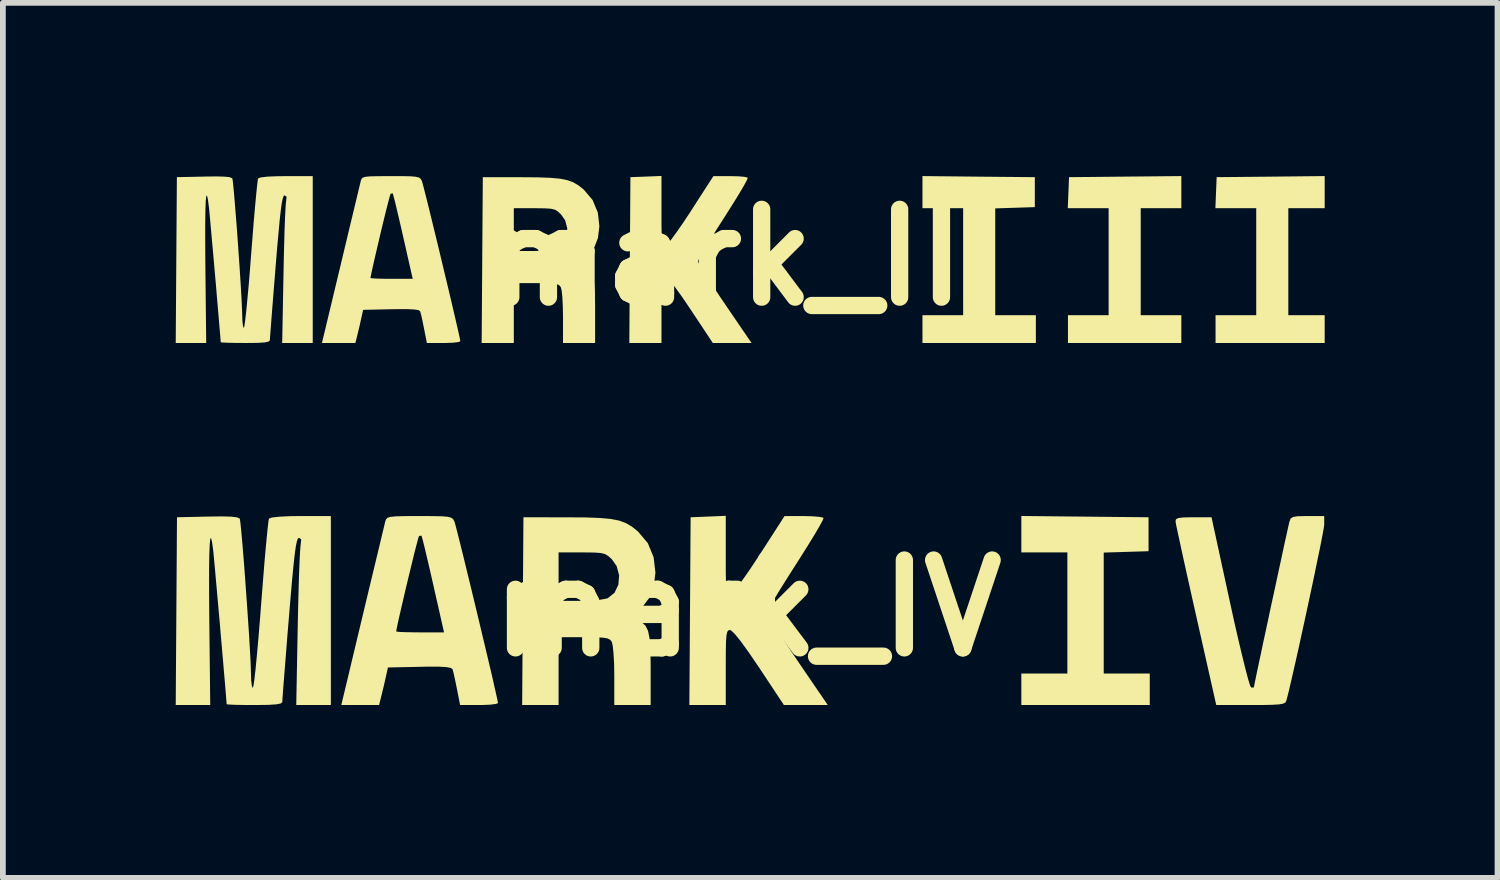
<source format=kicad_pcb>
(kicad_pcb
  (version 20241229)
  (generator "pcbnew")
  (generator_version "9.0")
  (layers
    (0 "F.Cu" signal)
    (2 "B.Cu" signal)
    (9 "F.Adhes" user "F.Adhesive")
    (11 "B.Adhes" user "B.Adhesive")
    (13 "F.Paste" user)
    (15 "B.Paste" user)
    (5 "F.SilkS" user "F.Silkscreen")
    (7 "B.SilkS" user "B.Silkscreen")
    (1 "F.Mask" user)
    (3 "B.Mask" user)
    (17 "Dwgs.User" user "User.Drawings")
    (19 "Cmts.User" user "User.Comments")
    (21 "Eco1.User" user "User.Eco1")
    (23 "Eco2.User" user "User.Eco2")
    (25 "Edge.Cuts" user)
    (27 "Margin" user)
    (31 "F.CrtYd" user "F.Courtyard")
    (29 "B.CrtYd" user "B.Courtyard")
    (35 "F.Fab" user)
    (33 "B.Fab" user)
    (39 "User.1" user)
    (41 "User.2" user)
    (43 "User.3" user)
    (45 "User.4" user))
  (footprint "mark_IV"
    (layer "F.Cu")
    (at 9.925 7.505)
    (property "Reference" "mark_IV" (at 0 0 0) (layer "F.SilkS") (effects (font (size 1.524 1.524) (thickness 0.3))))
    (attr board_only exclude_from_pos_files exclude_from_bom)
    (fp_poly (pts (xy 5.856 -1.588) (xy 6.96 -1.577) (xy 6.96 -0.988) (xy 6.182 -0.964) (xy 6.182 1.135) (xy 6.981 1.135) (xy 6.981 1.682) (xy 4.752 1.682) (xy 4.752 1.135) (xy 5.551 1.135) (xy 5.551 -0.967) (xy 4.752 -0.967) (xy 4.752 -1.599)) (stroke (width 0) (type solid)) (fill yes) (layer "F.SilkS"))
    (fp_poly (pts (xy -0.378 -0.903) (xy -0.378 -0.645) (xy -0.375 -0.459) (xy -0.369 -0.335) (xy -0.358 -0.261) (xy -0.341 -0.225) (xy -0.318 -0.217) (xy -0.308 -0.218) (xy -0.265 -0.256) (xy -0.185 -0.354) (xy -0.077 -0.502) (xy 0.051 -0.687) (xy 0.191 -0.898) (xy 0.202 -0.915) (xy 0.642 -1.598) (xy 0.97 -1.598) (xy 1.128 -1.594) (xy 1.25 -1.584) (xy 1.314 -1.569) (xy 1.319 -1.566) (xy 1.303 -1.522) (xy 1.247 -1.419) (xy 1.158 -1.267) (xy 1.041 -1.077) (xy 0.903 -0.858) (xy 0.838 -0.756) (xy 0.692 -0.527) (xy 0.562 -0.319) (xy 0.456 -0.144) (xy 0.38 -0.012) (xy 0.341 0.064) (xy 0.337 0.077) (xy 0.359 0.127) (xy 0.423 0.235) (xy 0.521 0.391) (xy 0.647 0.584) (xy 0.793 0.803) (xy 0.864 0.908) (xy 1.392 1.682) (xy 0.631 1.682) (xy 0.2 1.031) (xy 0.022 0.77) (xy -0.12 0.573) (xy -0.226 0.443) (xy -0.292 0.383) (xy -0.305 0.38) (xy -0.333 0.386) (xy -0.353 0.413) (xy -0.366 0.475) (xy -0.374 0.582) (xy -0.377 0.746) (xy -0.378 0.981) (xy -0.378 1.03) (xy -0.378 1.682) (xy -1.01 1.682) (xy -0.988 -1.577) (xy -0.683 -1.589) (xy -0.378 -1.602)) (stroke (width 0) (type solid)) (fill yes) (layer "F.SilkS"))
    (fp_poly (pts (xy -3.133 -1.576) (xy -2.815 -1.574) (xy -2.568 -1.565) (xy -2.377 -1.548) (xy -2.229 -1.519) (xy -2.11 -1.475) (xy -2.008 -1.415) (xy -1.907 -1.334) (xy -1.903 -1.331) (xy -1.731 -1.128) (xy -1.63 -0.882) (xy -1.599 -0.613) (xy -1.627 -0.382) (xy -1.705 -0.178) (xy -1.824 -0.022) (xy -1.91 0.04) (xy -1.999 0.103) (xy -2.006 0.156) (xy -1.931 0.203) (xy -1.918 0.209) (xy -1.833 0.249) (xy -1.771 0.306) (xy -1.728 0.392) (xy -1.702 0.518) (xy -1.688 0.699) (xy -1.682 0.946) (xy -1.682 1.061) (xy -1.682 1.682) (xy -2.313 1.682) (xy -2.313 1.175) (xy -2.316 0.97) (xy -2.326 0.79) (xy -2.34 0.655) (xy -2.356 0.586) (xy -2.385 0.549) (xy -2.433 0.525) (xy -2.517 0.512) (xy -2.654 0.506) (xy -2.84 0.505) (xy -3.28 0.505) (xy -3.28 1.682) (xy -3.912 1.682) (xy -3.9 -0.126) (xy -3.28 -0.126) (xy -2.904 -0.126) (xy -2.721 -0.131) (xy -2.561 -0.145) (xy -2.449 -0.165) (xy -2.425 -0.173) (xy -2.308 -0.268) (xy -2.242 -0.408) (xy -2.229 -0.57) (xy -2.272 -0.729) (xy -2.352 -0.844) (xy -2.413 -0.901) (xy -2.472 -0.937) (xy -2.55 -0.957) (xy -2.667 -0.965) (xy -2.845 -0.967) (xy -2.877 -0.967) (xy -3.28 -0.967) (xy -3.28 -0.126) (xy -3.9 -0.126) (xy -3.89 -1.577)) (stroke (width 0) (type solid)) (fill yes) (layer "F.SilkS"))
    (fp_poly (pts (xy 10.009 -1.448) (xy 10 -1.383) (xy 9.975 -1.247) (xy 9.937 -1.053) (xy 9.887 -0.812) (xy 9.83 -0.535) (xy 9.766 -0.234) (xy 9.699 0.08) (xy 9.63 0.394) (xy 9.564 0.697) (xy 9.501 0.977) (xy 9.445 1.224) (xy 9.398 1.425) (xy 9.362 1.568) (xy 9.351 1.609) (xy 9.335 1.638) (xy 9.297 1.658) (xy 9.224 1.671) (xy 9.103 1.678) (xy 8.922 1.682) (xy 8.732 1.682) (xy 8.135 1.682) (xy 7.785 0.127) (xy 7.706 -0.225) (xy 7.633 -0.552) (xy 7.568 -0.847) (xy 7.513 -1.098) (xy 7.47 -1.297) (xy 7.441 -1.434) (xy 7.429 -1.5) (xy 7.428 -1.502) (xy 7.435 -1.541) (xy 7.474 -1.563) (xy 7.562 -1.574) (xy 7.715 -1.577) (xy 7.738 -1.577) (xy 8.053 -1.577) (xy 8.372 -0.108) (xy 8.448 0.24) (xy 8.521 0.557) (xy 8.587 0.835) (xy 8.644 1.065) (xy 8.69 1.238) (xy 8.723 1.345) (xy 8.74 1.378) (xy 8.785 1.378) (xy 8.789 1.369) (xy 8.798 1.324) (xy 8.821 1.209) (xy 8.858 1.034) (xy 8.905 0.812) (xy 8.96 0.553) (xy 9.021 0.27) (xy 9.084 -0.027) (xy 9.149 -0.325) (xy 9.211 -0.614) (xy 9.269 -0.881) (xy 9.319 -1.115) (xy 9.361 -1.305) (xy 9.391 -1.44) (xy 9.406 -1.503) (xy 9.425 -1.553) (xy 9.467 -1.582) (xy 9.549 -1.595) (xy 9.694 -1.598) (xy 9.719 -1.598) (xy 10.009 -1.598)) (stroke (width 0) (type solid)) (fill yes) (layer "F.SilkS"))
    (fp_poly (pts (xy -5.468 -1.597) (xy -5.309 -1.594) (xy -5.207 -1.586) (xy -5.145 -1.57) (xy -5.112 -1.546) (xy -5.091 -1.51) (xy -5.088 -1.503) (xy -5.071 -1.446) (xy -5.038 -1.319) (xy -4.991 -1.133) (xy -4.933 -0.899) (xy -4.867 -0.628) (xy -4.795 -0.332) (xy -4.72 -0.022) (xy -4.645 0.292) (xy -4.572 0.598) (xy -4.504 0.885) (xy -4.443 1.142) (xy -4.394 1.358) (xy -4.357 1.522) (xy -4.336 1.622) (xy -4.331 1.648) (xy -4.37 1.664) (xy -4.473 1.676) (xy -4.619 1.682) (xy -4.66 1.682) (xy -4.989 1.682) (xy -5.045 1.398) (xy -5.076 1.247) (xy -5.103 1.125) (xy -5.12 1.061) (xy -5.151 1.038) (xy -5.229 1.023) (xy -5.365 1.016) (xy -5.57 1.016) (xy -5.691 1.019) (xy -6.242 1.03) (xy -6.279 1.199) (xy -6.315 1.356) (xy -6.353 1.513) (xy -6.356 1.524) (xy -6.395 1.682) (xy -7.051 1.682) (xy -6.746 0.405) (xy -6.098 0.405) (xy -6.059 0.412) (xy -5.953 0.417) (xy -5.8 0.42) (xy -5.683 0.421) (xy -5.268 0.421) (xy -5.456 -0.41) (xy -5.513 -0.662) (xy -5.566 -0.886) (xy -5.609 -1.067) (xy -5.641 -1.195) (xy -5.659 -1.255) (xy -5.66 -1.258) (xy -5.699 -1.253) (xy -5.703 -1.249) (xy -5.718 -1.205) (xy -5.747 -1.094) (xy -5.789 -0.932) (xy -5.837 -0.732) (xy -5.891 -0.512) (xy -5.945 -0.286) (xy -5.995 -0.068) (xy -6.04 0.125) (xy -6.074 0.278) (xy -6.094 0.377) (xy -6.098 0.405) (xy -6.746 0.405) (xy -6.682 0.137) (xy -6.598 -0.214) (xy -6.519 -0.542) (xy -6.448 -0.838) (xy -6.387 -1.091) (xy -6.339 -1.293) (xy -6.305 -1.432) (xy -6.289 -1.501) (xy -6.288 -1.503) (xy -6.275 -1.541) (xy -6.25 -1.567) (xy -6.199 -1.584) (xy -6.107 -1.593) (xy -5.963 -1.597) (xy -5.75 -1.598) (xy -5.696 -1.598)) (stroke (width 0) (type solid)) (fill yes) (layer "F.SilkS"))
    (fp_poly (pts (xy -7.233 1.682) (xy -7.833 1.682) (xy -7.808 0.347) (xy -7.801 0.015) (xy -7.793 -0.294) (xy -7.785 -0.57) (xy -7.776 -0.8) (xy -7.767 -0.974) (xy -7.759 -1.08) (xy -7.756 -1.104) (xy -7.747 -1.191) (xy -7.782 -1.219) (xy -7.788 -1.22) (xy -7.806 -1.205) (xy -7.823 -1.157) (xy -7.841 -1.068) (xy -7.86 -0.931) (xy -7.881 -0.739) (xy -7.906 -0.483) (xy -7.934 -0.157) (xy -7.962 0.179) (xy -7.99 0.514) (xy -8.014 0.824) (xy -8.036 1.098) (xy -8.054 1.326) (xy -8.067 1.497) (xy -8.074 1.602) (xy -8.075 1.63) (xy -8.099 1.654) (xy -8.176 1.67) (xy -8.317 1.679) (xy -8.531 1.682) (xy -8.558 1.682) (xy -8.748 1.681) (xy -8.903 1.678) (xy -9.007 1.673) (xy -9.041 1.668) (xy -9.045 1.615) (xy -9.055 1.491) (xy -9.07 1.308) (xy -9.09 1.079) (xy -9.112 0.817) (xy -9.137 0.533) (xy -9.162 0.24) (xy -9.188 -0.049) (xy -9.212 -0.321) (xy -9.234 -0.564) (xy -9.252 -0.766) (xy -9.266 -0.915) (xy -9.274 -0.997) (xy -9.274 -0.999) (xy -9.295 -1.149) (xy -9.312 -1.217) (xy -9.325 -1.203) (xy -9.335 -1.106) (xy -9.342 -0.926) (xy -9.346 -0.663) (xy -9.346 -0.317) (xy -9.343 0.113) (xy -9.342 0.231) (xy -9.326 1.682) (xy -9.925 1.682) (xy -9.903 -1.577) (xy -9.366 -1.589) (xy -9.13 -1.592) (xy -8.968 -1.588) (xy -8.867 -1.577) (xy -8.819 -1.558) (xy -8.812 -1.547) (xy -8.803 -1.485) (xy -8.789 -1.353) (xy -8.772 -1.162) (xy -8.752 -0.926) (xy -8.731 -0.657) (xy -8.71 -0.368) (xy -8.689 -0.073) (xy -8.669 0.217) (xy -8.651 0.489) (xy -8.637 0.729) (xy -8.626 0.925) (xy -8.621 1.064) (xy -8.62 1.104) (xy -8.616 1.246) (xy -8.604 1.348) (xy -8.587 1.388) (xy -8.587 1.388) (xy -8.576 1.347) (xy -8.559 1.233) (xy -8.539 1.053) (xy -8.516 0.818) (xy -8.491 0.538) (xy -8.465 0.222) (xy -8.443 -0.061) (xy -8.416 -0.403) (xy -8.391 -0.718) (xy -8.367 -0.998) (xy -8.345 -1.231) (xy -8.327 -1.408) (xy -8.314 -1.519) (xy -8.306 -1.554) (xy -8.253 -1.573) (xy -8.127 -1.587) (xy -7.94 -1.596) (xy -7.756 -1.598) (xy -7.233 -1.598)) (stroke (width 0) (type solid)) (fill yes) (layer "F.SilkS")))
  (footprint "mark_III"
    (layer "F.Cu")
    (at 9.916 1.418)
    (property "Reference" "mark_III" (at 0 0 0) (layer "F.SilkS") (effects (font (size 1.524 1.524) (thickness 0.3))))
    (attr board_only exclude_from_pos_files exclude_from_bom)
    (fp_poly (pts (xy 7.538 -0.854) (xy 6.833 -0.854) (xy 6.833 1.003) (xy 7.538 1.003) (xy 7.538 1.485) (xy 5.57 1.485) (xy 5.57 1.003) (xy 6.276 1.003) (xy 6.276 -0.854) (xy 5.567 -0.854) (xy 5.578 -1.123) (xy 5.589 -1.393) (xy 7.538 -1.412)) (stroke (width 0) (type solid)) (fill yes) (layer "F.SilkS"))
    (fp_poly (pts (xy 4.02 -1.402) (xy 4.995 -1.393) (xy 4.995 -0.873) (xy 4.651 -0.862) (xy 4.308 -0.851) (xy 4.308 1.003) (xy 5.013 1.003) (xy 5.013 1.485) (xy 3.045 1.485) (xy 3.045 1.003) (xy 3.751 1.003) (xy 3.751 -0.854) (xy 3.045 -0.854) (xy 3.045 -1.412)) (stroke (width 0) (type solid)) (fill yes) (layer "F.SilkS"))
    (fp_poly (pts (xy 10.026 -0.854) (xy 9.395 -0.854) (xy 9.395 1.003) (xy 10.026 1.003) (xy 10.026 1.485) (xy 8.132 1.485) (xy 8.132 1.003) (xy 8.838 1.003) (xy 8.838 -0.854) (xy 8.129 -0.854) (xy 8.14 -1.123) (xy 8.151 -1.393) (xy 9.089 -1.402) (xy 10.026 -1.412)) (stroke (width 0) (type solid)) (fill yes) (layer "F.SilkS"))
    (fp_poly (pts (xy -1.485 -0.797) (xy -1.485 -0.569) (xy -1.482 -0.405) (xy -1.477 -0.296) (xy -1.467 -0.23) (xy -1.452 -0.199) (xy -1.432 -0.191) (xy -1.424 -0.192) (xy -1.385 -0.226) (xy -1.314 -0.313) (xy -1.219 -0.443) (xy -1.106 -0.606) (xy -0.982 -0.793) (xy -0.973 -0.808) (xy -0.584 -1.411) (xy -0.294 -1.411) (xy -0.155 -1.408) (xy -0.048 -1.399) (xy 0.009 -1.386) (xy 0.013 -1.383) (xy -0.001 -1.344) (xy -0.05 -1.253) (xy -0.129 -1.119) (xy -0.232 -0.951) (xy -0.354 -0.758) (xy -0.411 -0.668) (xy -0.541 -0.465) (xy -0.655 -0.282) (xy -0.749 -0.127) (xy -0.816 -0.011) (xy -0.85 0.057) (xy -0.854 0.068) (xy -0.834 0.112) (xy -0.777 0.208) (xy -0.691 0.345) (xy -0.58 0.515) (xy -0.451 0.709) (xy -0.388 0.802) (xy 0.078 1.485) (xy -0.594 1.485) (xy -0.975 0.911) (xy -1.131 0.68) (xy -1.257 0.506) (xy -1.35 0.391) (xy -1.409 0.339) (xy -1.42 0.335) (xy -1.445 0.341) (xy -1.463 0.365) (xy -1.474 0.419) (xy -1.481 0.514) (xy -1.484 0.659) (xy -1.485 0.866) (xy -1.485 0.91) (xy -1.485 1.485) (xy -2.043 1.485) (xy -2.034 0.046) (xy -2.024 -1.393) (xy -1.755 -1.403) (xy -1.485 -1.414)) (stroke (width 0) (type solid)) (fill yes) (layer "F.SilkS"))
    (fp_poly (pts (xy -3.918 -1.392) (xy -3.637 -1.39) (xy -3.418 -1.382) (xy -3.25 -1.367) (xy -3.119 -1.341) (xy -3.015 -1.303) (xy -2.924 -1.249) (xy -2.835 -1.178) (xy -2.832 -1.175) (xy -2.68 -0.996) (xy -2.59 -0.779) (xy -2.563 -0.542) (xy -2.588 -0.337) (xy -2.657 -0.157) (xy -2.762 -0.019) (xy -2.838 0.035) (xy -2.917 0.091) (xy -2.923 0.137) (xy -2.856 0.18) (xy -2.845 0.184) (xy -2.77 0.22) (xy -2.715 0.27) (xy -2.677 0.346) (xy -2.654 0.458) (xy -2.641 0.617) (xy -2.637 0.835) (xy -2.637 0.937) (xy -2.637 1.485) (xy -3.194 1.485) (xy -3.194 1.037) (xy -3.197 0.856) (xy -3.205 0.697) (xy -3.217 0.578) (xy -3.232 0.517) (xy -3.257 0.485) (xy -3.299 0.464) (xy -3.374 0.452) (xy -3.494 0.447) (xy -3.659 0.446) (xy -4.048 0.446) (xy -4.048 1.485) (xy -4.606 1.485) (xy -4.595 -0.111) (xy -4.048 -0.111) (xy -3.715 -0.111) (xy -3.554 -0.116) (xy -3.413 -0.128) (xy -3.314 -0.145) (xy -3.292 -0.153) (xy -3.189 -0.236) (xy -3.131 -0.36) (xy -3.12 -0.503) (xy -3.157 -0.644) (xy -3.228 -0.746) (xy -3.282 -0.796) (xy -3.334 -0.828) (xy -3.403 -0.845) (xy -3.507 -0.852) (xy -3.664 -0.854) (xy -3.692 -0.854) (xy -4.048 -0.854) (xy -4.048 -0.111) (xy -4.595 -0.111) (xy -4.586 -1.393)) (stroke (width 0) (type solid)) (fill yes) (layer "F.SilkS"))
    (fp_poly (pts (xy -5.98 -1.411) (xy -5.84 -1.408) (xy -5.749 -1.4) (xy -5.695 -1.387) (xy -5.665 -1.365) (xy -5.647 -1.333) (xy -5.644 -1.328) (xy -5.629 -1.277) (xy -5.6 -1.165) (xy -5.558 -1) (xy -5.507 -0.794) (xy -5.449 -0.555) (xy -5.385 -0.293) (xy -5.319 -0.019) (xy -5.253 0.258) (xy -5.188 0.528) (xy -5.128 0.782) (xy -5.075 1.009) (xy -5.031 1.199) (xy -4.998 1.344) (xy -4.98 1.432) (xy -4.976 1.455) (xy -5.01 1.469) (xy -5.101 1.48) (xy -5.23 1.485) (xy -5.266 1.485) (xy -5.557 1.485) (xy -5.606 1.235) (xy -5.633 1.101) (xy -5.657 0.994) (xy -5.673 0.937) (xy -5.7 0.916) (xy -5.768 0.904) (xy -5.889 0.898) (xy -6.069 0.898) (xy -6.177 0.899) (xy -6.663 0.91) (xy -6.696 1.058) (xy -6.727 1.197) (xy -6.761 1.336) (xy -6.763 1.346) (xy -6.798 1.485) (xy -7.378 1.485) (xy -7.108 0.358) (xy -6.536 0.358) (xy -6.501 0.363) (xy -6.408 0.368) (xy -6.273 0.371) (xy -6.169 0.371) (xy -5.803 0.371) (xy -5.969 -0.362) (xy -6.02 -0.585) (xy -6.066 -0.782) (xy -6.104 -0.942) (xy -6.133 -1.055) (xy -6.148 -1.108) (xy -6.149 -1.111) (xy -6.184 -1.106) (xy -6.187 -1.103) (xy -6.2 -1.064) (xy -6.226 -0.966) (xy -6.263 -0.823) (xy -6.306 -0.647) (xy -6.353 -0.452) (xy -6.4 -0.252) (xy -6.445 -0.06) (xy -6.484 0.11) (xy -6.514 0.246) (xy -6.532 0.333) (xy -6.536 0.358) (xy -7.108 0.358) (xy -7.051 0.121) (xy -6.977 -0.189) (xy -6.908 -0.479) (xy -6.845 -0.74) (xy -6.791 -0.964) (xy -6.749 -1.141) (xy -6.719 -1.265) (xy -6.704 -1.325) (xy -6.704 -1.327) (xy -6.692 -1.361) (xy -6.67 -1.384) (xy -6.625 -1.399) (xy -6.544 -1.407) (xy -6.416 -1.41) (xy -6.229 -1.411) (xy -6.181 -1.411)) (stroke (width 0) (type solid)) (fill yes) (layer "F.SilkS"))
    (fp_poly (pts (xy -7.538 1.485) (xy -8.068 1.485) (xy -8.046 0.306) (xy -8.04 0.013) (xy -8.033 -0.26) (xy -8.026 -0.503) (xy -8.018 -0.706) (xy -8.01 -0.86) (xy -8.003 -0.954) (xy -8 -0.975) (xy -7.992 -1.052) (xy -8.023 -1.077) (xy -8.028 -1.077) (xy -8.044 -1.064) (xy -8.059 -1.022) (xy -8.075 -0.944) (xy -8.092 -0.822) (xy -8.111 -0.652) (xy -8.132 -0.426) (xy -8.158 -0.139) (xy -8.182 0.158) (xy -8.206 0.454) (xy -8.228 0.728) (xy -8.247 0.97) (xy -8.263 1.171) (xy -8.274 1.322) (xy -8.281 1.414) (xy -8.282 1.439) (xy -8.303 1.46) (xy -8.371 1.475) (xy -8.495 1.483) (xy -8.684 1.485) (xy -8.708 1.485) (xy -8.876 1.484) (xy -9.013 1.481) (xy -9.104 1.477) (xy -9.135 1.472) (xy -9.138 1.426) (xy -9.147 1.316) (xy -9.161 1.155) (xy -9.178 0.953) (xy -9.198 0.721) (xy -9.219 0.47) (xy -9.242 0.212) (xy -9.264 -0.043) (xy -9.286 -0.283) (xy -9.305 -0.498) (xy -9.321 -0.677) (xy -9.333 -0.808) (xy -9.341 -0.88) (xy -9.341 -0.882) (xy -9.359 -1.015) (xy -9.374 -1.075) (xy -9.386 -1.062) (xy -9.395 -0.977) (xy -9.401 -0.818) (xy -9.404 -0.586) (xy -9.404 -0.28) (xy -9.402 0.1) (xy -9.401 0.204) (xy -9.387 1.485) (xy -9.916 1.485) (xy -9.896 -1.393) (xy -9.422 -1.403) (xy -9.214 -1.406) (xy -9.07 -1.402) (xy -8.981 -1.393) (xy -8.939 -1.375) (xy -8.932 -1.366) (xy -8.924 -1.312) (xy -8.912 -1.195) (xy -8.897 -1.026) (xy -8.88 -0.818) (xy -8.861 -0.58) (xy -8.842 -0.325) (xy -8.824 -0.064) (xy -8.806 0.192) (xy -8.791 0.432) (xy -8.778 0.644) (xy -8.769 0.817) (xy -8.764 0.939) (xy -8.763 0.975) (xy -8.759 1.1) (xy -8.749 1.19) (xy -8.734 1.225) (xy -8.733 1.225) (xy -8.724 1.19) (xy -8.71 1.089) (xy -8.692 0.93) (xy -8.672 0.723) (xy -8.649 0.475) (xy -8.626 0.196) (xy -8.607 -0.054) (xy -8.583 -0.356) (xy -8.561 -0.634) (xy -8.539 -0.881) (xy -8.52 -1.087) (xy -8.504 -1.243) (xy -8.492 -1.342) (xy -8.486 -1.372) (xy -8.439 -1.389) (xy -8.328 -1.402) (xy -8.162 -1.409) (xy -8 -1.411) (xy -7.538 -1.411)) (stroke (width 0) (type solid)) (fill yes) (layer "F.SilkS")))
  (gr_rect
    (start -3 -3)
    (end 22.942 12.187)
    (stroke (width 0.1) (type default))
    (fill no)
    (layer "Edge.Cuts")))
</source>
